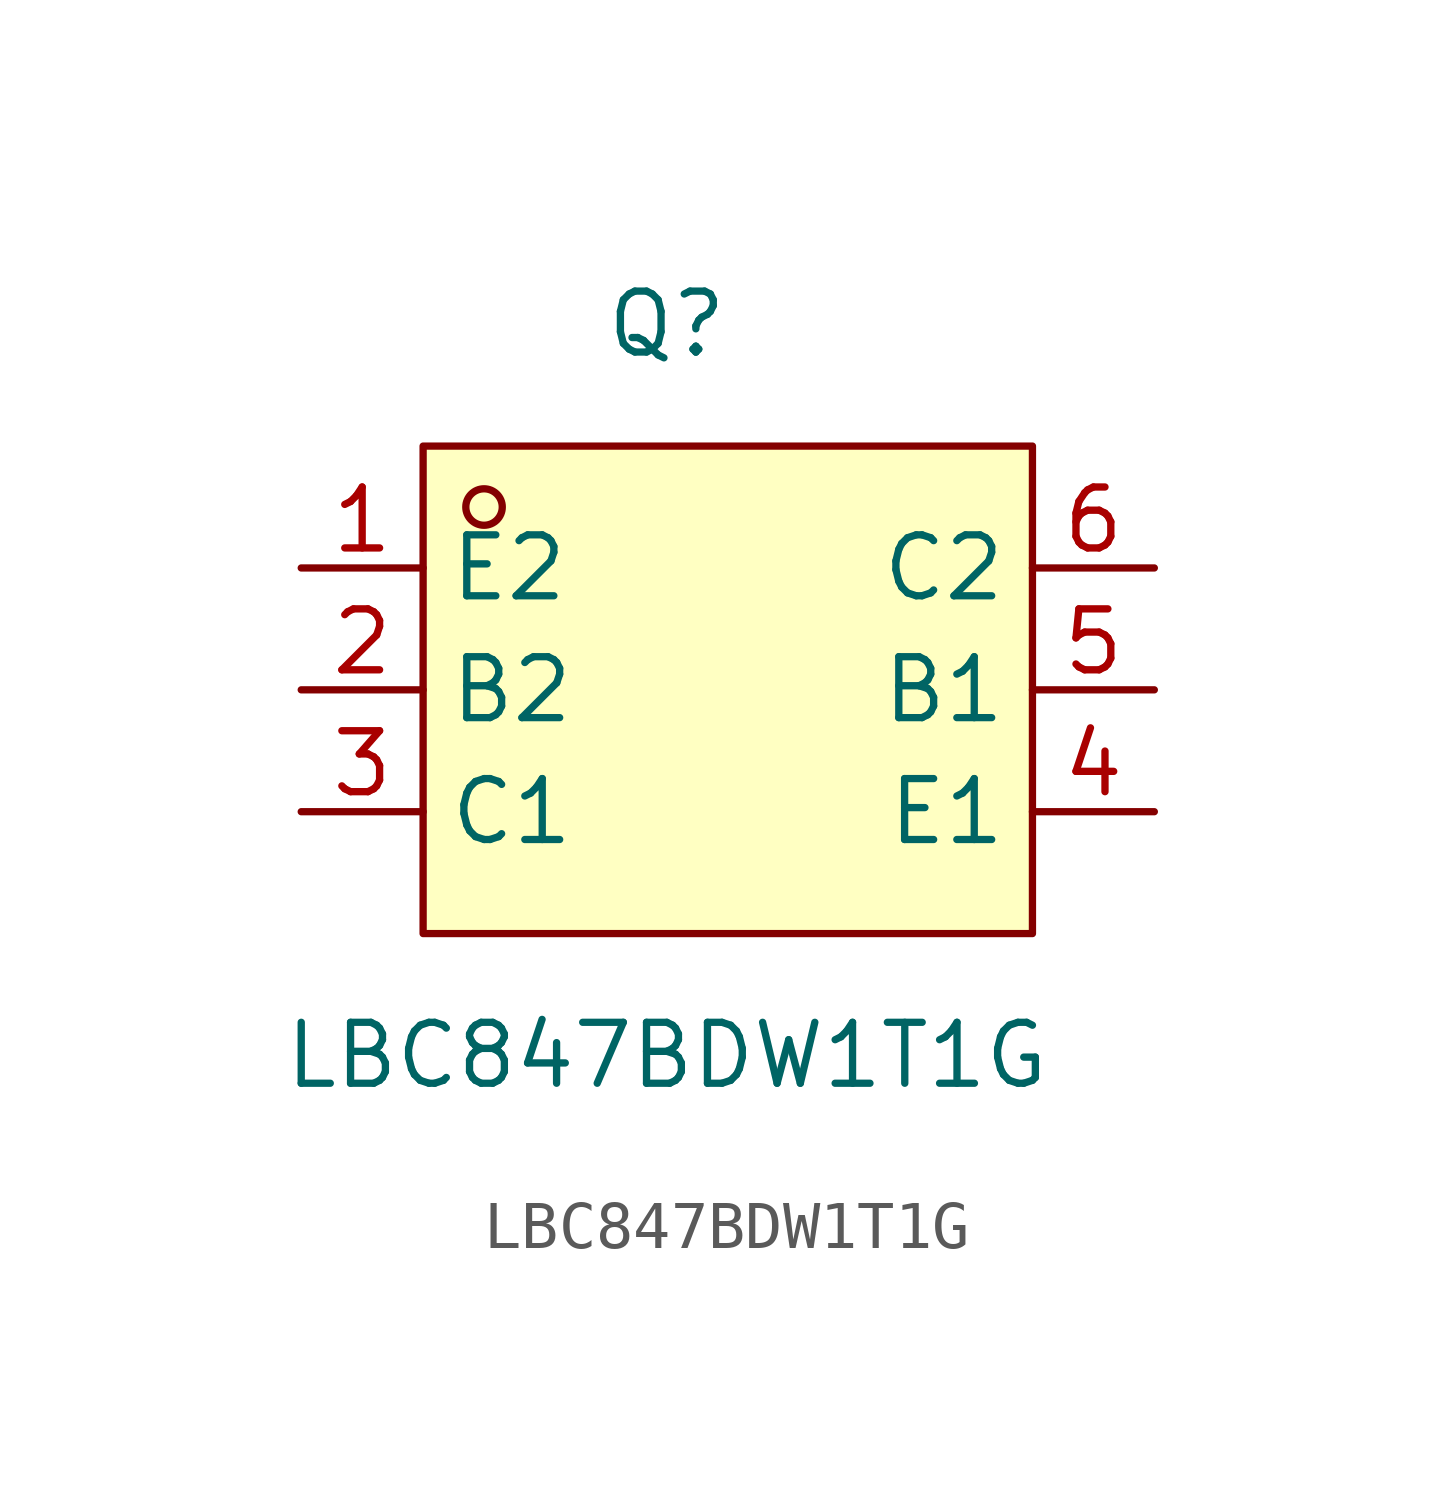
<source format=kicad_sym>
(kicad_symbol_lib
  (version 20211014)
  (generator https://github.com/uPesy/easyeda2kicad.py)
  (symbol "LBC847BDW1T1G"
    (property "Reference" "Q"
      (at 0 7.62 0)
      (effects (font (size 1.27 1.27))))
    (property "Value" "LBC847BDW1T1G"
      (at 0 -7.62 0)
      (effects (font (size 1.27 1.27))))
    (symbol "LBC847BDW1T1G_0_1"
      (rectangle (start -5.08 5.08) (end 7.62 -5.08) (stroke (width 0) (type default) (color 0 0 0 0)) (fill (type background)))
      (circle (center -3.81 3.81) (radius 0.38) (stroke (width 0) (type default) (color 0 0 0 0)) (fill (type none)))
      (pin unspecified line (at -7.62 2.54 0) (length 2.54) (name "E2" (effects (font (size 1.27 1.27)))) (number "1" (effects (font (size 1.27 1.27)))))
      (pin unspecified line (at -7.62 -0.00 0) (length 2.54) (name "B2" (effects (font (size 1.27 1.27)))) (number "2" (effects (font (size 1.27 1.27)))))
      (pin unspecified line (at -7.62 -2.54 0) (length 2.54) (name "C1" (effects (font (size 1.27 1.27)))) (number "3" (effects (font (size 1.27 1.27)))))
      (pin unspecified line (at 10.16 -2.54 180) (length 2.54) (name "E1" (effects (font (size 1.27 1.27)))) (number "4" (effects (font (size 1.27 1.27)))))
      (pin unspecified line (at 10.16 -0.00 180) (length 2.54) (name "B1" (effects (font (size 1.27 1.27)))) (number "5" (effects (font (size 1.27 1.27)))))
      (pin unspecified line (at 10.16 2.54 180) (length 2.54) (name "C2" (effects (font (size 1.27 1.27)))) (number "6" (effects (font (size 1.27 1.27))))))))
</source>
